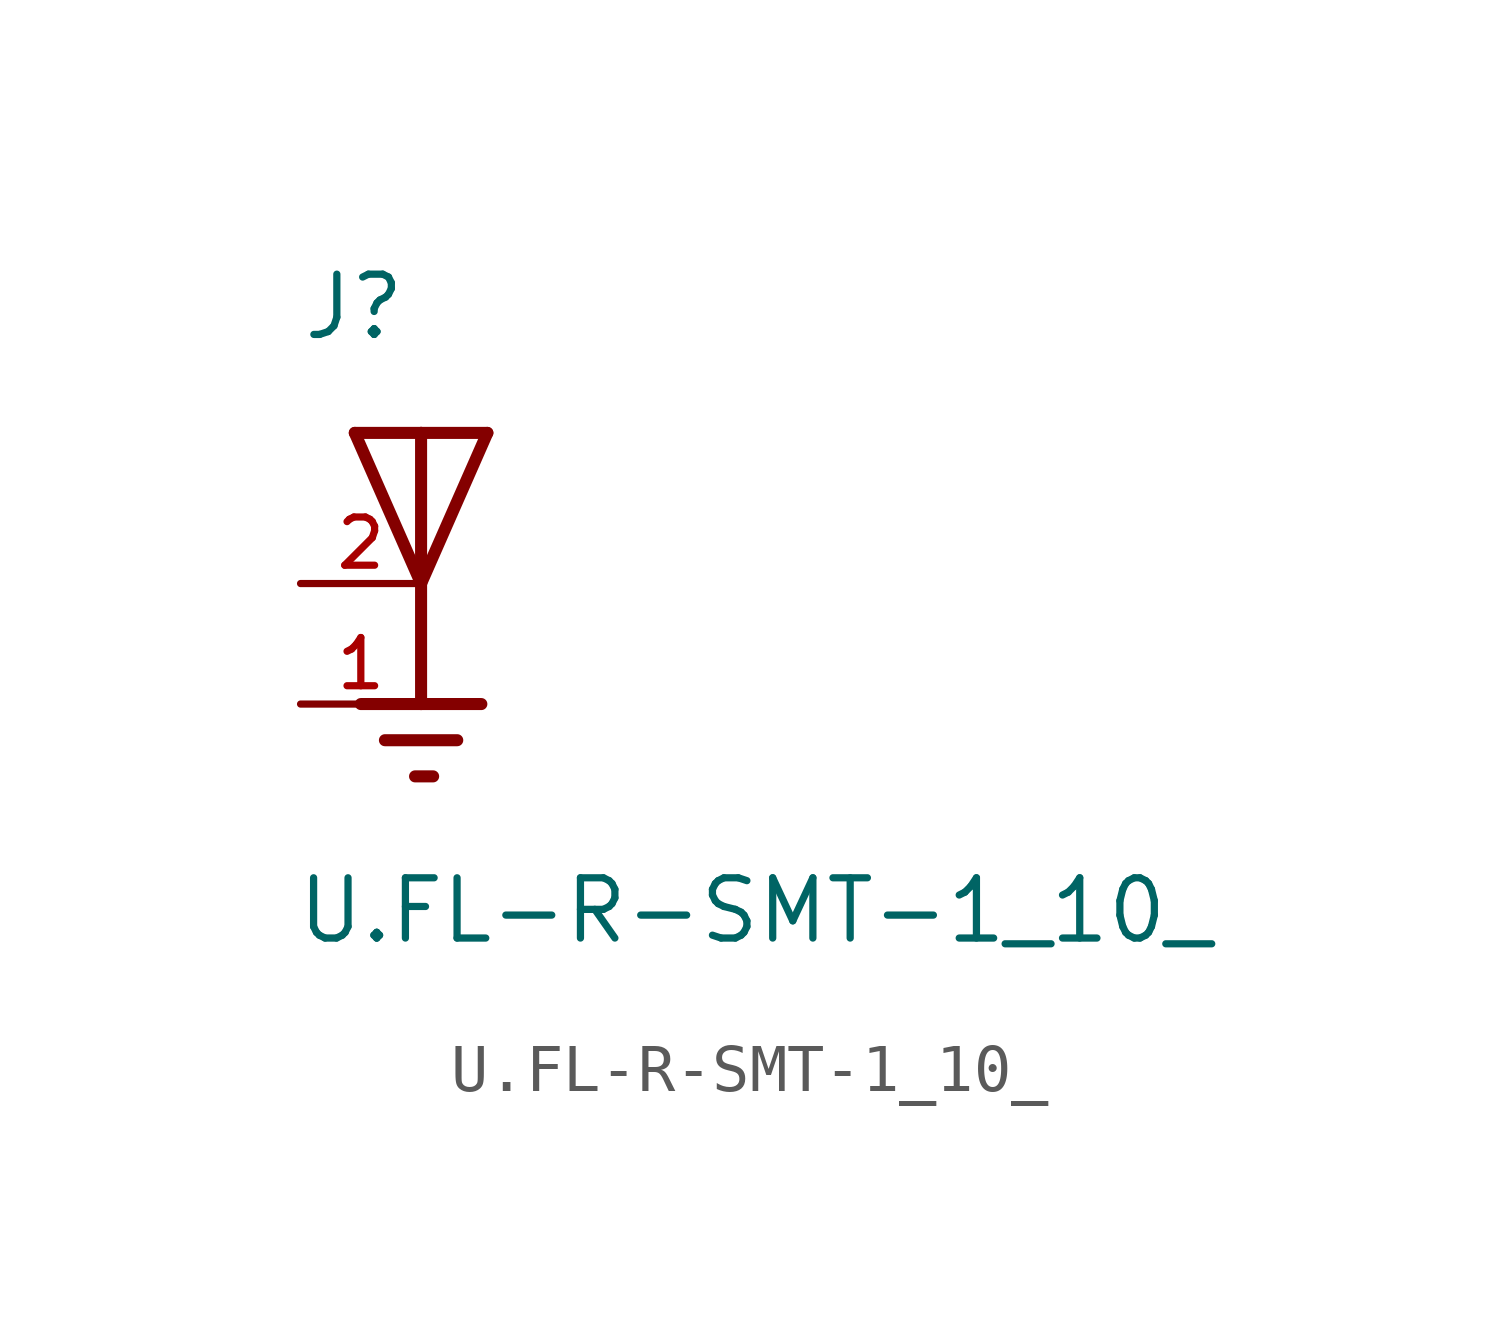
<source format=kicad_sym>
(kicad_symbol_lib
  (version 20211014)
  (generator kicad_symbol_editor)
  (symbol "U.FL-R-SMT-1_10_"
    (pin_names
      (offset 1.016))
    (property "Reference" "J"
      (at -2.541 5.087 0)
      (effects (font (size 1.27 1.27)) (justify bottom left)))
    (property "Value" "U.FL-R-SMT-1_10_"
      (at -2.668 -7.635 0)
      (effects (font (size 1.27 1.27)) (justify bottom left)))
    (symbol "U.FL-R-SMT-1_10__0_0"
      (polyline (pts (xy -1.397 3.175) (xy 0.0 3.175)) (stroke (width 0.254)))
      (polyline (pts (xy 0.0 3.175) (xy 1.397 3.175)) (stroke (width 0.254)))
      (polyline (pts (xy 1.397 3.175) (xy 0.0 0.0)) (stroke (width 0.254)))
      (polyline (pts (xy 0.0 0.0) (xy -1.397 3.175)) (stroke (width 0.254)))
      (polyline (pts (xy 0.0 3.175) (xy 0.0 0.0)) (stroke (width 0.254)))
      (polyline (pts (xy 0.0 0.0) (xy 0.0 -2.54)) (stroke (width 0.254)))
      (polyline (pts (xy 0.0 -2.54) (xy -1.27 -2.54)) (stroke (width 0.254)))
      (polyline (pts (xy 0.0 -2.54) (xy 1.27 -2.54)) (stroke (width 0.254)))
      (polyline (pts (xy -0.762 -3.302) (xy 0.762 -3.302)) (stroke (width 0.254)))
      (polyline (pts (xy -0.127 -4.064) (xy 0.254 -4.064)) (stroke (width 0.254)))
      (pin passive line (at -2.54 -2.54 0) (length 2.54) (name "~" (effects (font (size 1.016 1.016)))) (number "1" (effects (font (size 1.016 1.016)))))
      (pin passive line (at -2.54 0.0 0) (length 2.54) (name "~" (effects (font (size 1.016 1.016)))) (number "2" (effects (font (size 1.016 1.016))))))))
</source>
